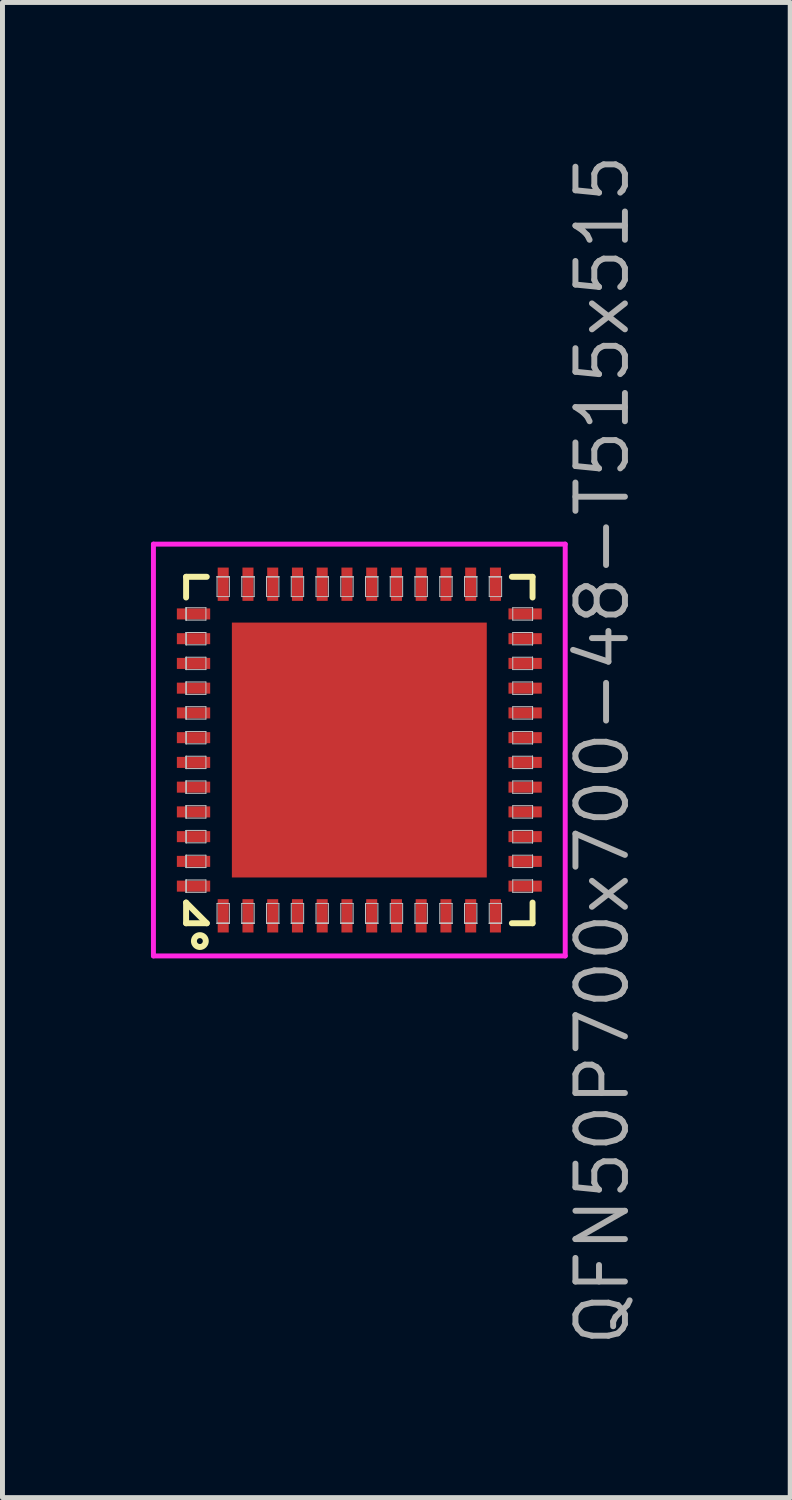
<source format=kicad_pcb>
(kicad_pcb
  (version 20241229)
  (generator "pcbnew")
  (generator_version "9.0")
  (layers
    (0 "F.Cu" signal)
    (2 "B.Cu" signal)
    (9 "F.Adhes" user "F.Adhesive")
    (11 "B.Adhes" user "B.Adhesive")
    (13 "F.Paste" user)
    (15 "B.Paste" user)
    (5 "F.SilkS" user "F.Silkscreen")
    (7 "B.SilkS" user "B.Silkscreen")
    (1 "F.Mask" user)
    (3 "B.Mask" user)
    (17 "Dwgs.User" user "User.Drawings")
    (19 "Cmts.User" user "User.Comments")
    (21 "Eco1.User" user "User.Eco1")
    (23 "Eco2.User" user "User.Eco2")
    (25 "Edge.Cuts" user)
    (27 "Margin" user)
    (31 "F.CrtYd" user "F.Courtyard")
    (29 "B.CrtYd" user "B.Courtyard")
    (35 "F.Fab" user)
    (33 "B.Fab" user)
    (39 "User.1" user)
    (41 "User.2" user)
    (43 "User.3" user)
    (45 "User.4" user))
  (footprint "QFN50P700x700-48-T515x515"
    (layer "F.Cu")
    (at 4.21 12.104)
    (property "Reference" "QFN50P700x700-48-T515x515" (at 4.91 0 90) (layer "F.Fab") (effects (font (size 1 1) (thickness 0.12))))
    (attr through_hole)
    (fp_line (start -3.5 -3.5) (end -3.5 -3.082) (stroke (width 0.12) (type solid)) (layer "F.SilkS"))
    (fp_line (start -3.5 -3.5) (end -3.082 -3.5) (stroke (width 0.12) (type solid)) (layer "F.SilkS"))
    (fp_line (start -3.5 3.082) (end -3.082 3.5) (stroke (width 0.12) (type solid)) (layer "F.SilkS"))
    (fp_line (start -3.5 3.5) (end -3.5 3.082) (stroke (width 0.12) (type solid)) (layer "F.SilkS"))
    (fp_line (start -3.5 3.5) (end -3.082 3.5) (stroke (width 0.12) (type solid)) (layer "F.SilkS"))
    (fp_line (start 3.5 -3.5) (end 3.082 -3.5) (stroke (width 0.12) (type solid)) (layer "F.SilkS"))
    (fp_line (start 3.5 -3.5) (end 3.5 -3.082) (stroke (width 0.12) (type solid)) (layer "F.SilkS"))
    (fp_line (start 3.5 3.5) (end 3.082 3.5) (stroke (width 0.12) (type solid)) (layer "F.SilkS"))
    (fp_line (start 3.5 3.5) (end 3.5 3.082) (stroke (width 0.12) (type solid)) (layer "F.SilkS"))
    (fp_circle (center -3.222 3.86) (end -3.102 3.86) (stroke (width 0.12) (type solid)) (fill no) (layer "F.SilkS"))
    (fp_line (start -3.5 -2.875) (end -3.5 -2.875) (stroke (width 0.02) (type solid)) (layer "Dwgs.User"))
    (fp_line (start -3.5 -2.875) (end -3.5 -2.625) (stroke (width 0.02) (type solid)) (layer "Dwgs.User"))
    (fp_line (start -3.5 -2.875) (end -3.1 -2.875) (stroke (width 0.02) (type solid)) (layer "Dwgs.User"))
    (fp_line (start -3.5 -2.625) (end -3.5 -2.875) (stroke (width 0.02) (type solid)) (layer "Dwgs.User"))
    (fp_line (start -3.5 -2.625) (end -3.5 -2.875) (stroke (width 0.02) (type solid)) (layer "Dwgs.User"))
    (fp_line (start -3.5 -2.625) (end -3.5 -2.625) (stroke (width 0.02) (type solid)) (layer "Dwgs.User"))
    (fp_line (start -3.5 -2.375) (end -3.5 -2.375) (stroke (width 0.02) (type solid)) (layer "Dwgs.User"))
    (fp_line (start -3.5 -2.375) (end -3.5 -2.125) (stroke (width 0.02) (type solid)) (layer "Dwgs.User"))
    (fp_line (start -3.5 -2.375) (end -3.1 -2.375) (stroke (width 0.02) (type solid)) (layer "Dwgs.User"))
    (fp_line (start -3.5 -2.125) (end -3.5 -2.375) (stroke (width 0.02) (type solid)) (layer "Dwgs.User"))
    (fp_line (start -3.5 -2.125) (end -3.5 -2.375) (stroke (width 0.02) (type solid)) (layer "Dwgs.User"))
    (fp_line (start -3.5 -2.125) (end -3.5 -2.125) (stroke (width 0.02) (type solid)) (layer "Dwgs.User"))
    (fp_line (start -3.5 -1.875) (end -3.5 -1.875) (stroke (width 0.02) (type solid)) (layer "Dwgs.User"))
    (fp_line (start -3.5 -1.875) (end -3.5 -1.625) (stroke (width 0.02) (type solid)) (layer "Dwgs.User"))
    (fp_line (start -3.5 -1.875) (end -3.1 -1.875) (stroke (width 0.02) (type solid)) (layer "Dwgs.User"))
    (fp_line (start -3.5 -1.625) (end -3.5 -1.875) (stroke (width 0.02) (type solid)) (layer "Dwgs.User"))
    (fp_line (start -3.5 -1.625) (end -3.5 -1.875) (stroke (width 0.02) (type solid)) (layer "Dwgs.User"))
    (fp_line (start -3.5 -1.625) (end -3.5 -1.625) (stroke (width 0.02) (type solid)) (layer "Dwgs.User"))
    (fp_line (start -3.5 -1.375) (end -3.5 -1.375) (stroke (width 0.02) (type solid)) (layer "Dwgs.User"))
    (fp_line (start -3.5 -1.375) (end -3.5 -1.125) (stroke (width 0.02) (type solid)) (layer "Dwgs.User"))
    (fp_line (start -3.5 -1.375) (end -3.1 -1.375) (stroke (width 0.02) (type solid)) (layer "Dwgs.User"))
    (fp_line (start -3.5 -1.125) (end -3.5 -1.375) (stroke (width 0.02) (type solid)) (layer "Dwgs.User"))
    (fp_line (start -3.5 -1.125) (end -3.5 -1.375) (stroke (width 0.02) (type solid)) (layer "Dwgs.User"))
    (fp_line (start -3.5 -1.125) (end -3.5 -1.125) (stroke (width 0.02) (type solid)) (layer "Dwgs.User"))
    (fp_line (start -3.5 -0.875) (end -3.5 -0.875) (stroke (width 0.02) (type solid)) (layer "Dwgs.User"))
    (fp_line (start -3.5 -0.875) (end -3.5 -0.625) (stroke (width 0.02) (type solid)) (layer "Dwgs.User"))
    (fp_line (start -3.5 -0.875) (end -3.1 -0.875) (stroke (width 0.02) (type solid)) (layer "Dwgs.User"))
    (fp_line (start -3.5 -0.625) (end -3.5 -0.875) (stroke (width 0.02) (type solid)) (layer "Dwgs.User"))
    (fp_line (start -3.5 -0.625) (end -3.5 -0.875) (stroke (width 0.02) (type solid)) (layer "Dwgs.User"))
    (fp_line (start -3.5 -0.625) (end -3.5 -0.625) (stroke (width 0.02) (type solid)) (layer "Dwgs.User"))
    (fp_line (start -3.5 -0.375) (end -3.5 -0.375) (stroke (width 0.02) (type solid)) (layer "Dwgs.User"))
    (fp_line (start -3.5 -0.375) (end -3.5 -0.125) (stroke (width 0.02) (type solid)) (layer "Dwgs.User"))
    (fp_line (start -3.5 -0.375) (end -3.1 -0.375) (stroke (width 0.02) (type solid)) (layer "Dwgs.User"))
    (fp_line (start -3.5 -0.125) (end -3.5 -0.375) (stroke (width 0.02) (type solid)) (layer "Dwgs.User"))
    (fp_line (start -3.5 -0.125) (end -3.5 -0.375) (stroke (width 0.02) (type solid)) (layer "Dwgs.User"))
    (fp_line (start -3.5 -0.125) (end -3.5 -0.125) (stroke (width 0.02) (type solid)) (layer "Dwgs.User"))
    (fp_line (start -3.5 0.125) (end -3.5 0.125) (stroke (width 0.02) (type solid)) (layer "Dwgs.User"))
    (fp_line (start -3.5 0.125) (end -3.5 0.375) (stroke (width 0.02) (type solid)) (layer "Dwgs.User"))
    (fp_line (start -3.5 0.125) (end -3.1 0.125) (stroke (width 0.02) (type solid)) (layer "Dwgs.User"))
    (fp_line (start -3.5 0.375) (end -3.5 0.125) (stroke (width 0.02) (type solid)) (layer "Dwgs.User"))
    (fp_line (start -3.5 0.375) (end -3.5 0.125) (stroke (width 0.02) (type solid)) (layer "Dwgs.User"))
    (fp_line (start -3.5 0.375) (end -3.5 0.375) (stroke (width 0.02) (type solid)) (layer "Dwgs.User"))
    (fp_line (start -3.5 0.625) (end -3.5 0.625) (stroke (width 0.02) (type solid)) (layer "Dwgs.User"))
    (fp_line (start -3.5 0.625) (end -3.5 0.875) (stroke (width 0.02) (type solid)) (layer "Dwgs.User"))
    (fp_line (start -3.5 0.625) (end -3.1 0.625) (stroke (width 0.02) (type solid)) (layer "Dwgs.User"))
    (fp_line (start -3.5 0.875) (end -3.5 0.625) (stroke (width 0.02) (type solid)) (layer "Dwgs.User"))
    (fp_line (start -3.5 0.875) (end -3.5 0.625) (stroke (width 0.02) (type solid)) (layer "Dwgs.User"))
    (fp_line (start -3.5 0.875) (end -3.5 0.875) (stroke (width 0.02) (type solid)) (layer "Dwgs.User"))
    (fp_line (start -3.5 1.125) (end -3.5 1.125) (stroke (width 0.02) (type solid)) (layer "Dwgs.User"))
    (fp_line (start -3.5 1.125) (end -3.5 1.375) (stroke (width 0.02) (type solid)) (layer "Dwgs.User"))
    (fp_line (start -3.5 1.125) (end -3.1 1.125) (stroke (width 0.02) (type solid)) (layer "Dwgs.User"))
    (fp_line (start -3.5 1.375) (end -3.5 1.125) (stroke (width 0.02) (type solid)) (layer "Dwgs.User"))
    (fp_line (start -3.5 1.375) (end -3.5 1.125) (stroke (width 0.02) (type solid)) (layer "Dwgs.User"))
    (fp_line (start -3.5 1.375) (end -3.5 1.375) (stroke (width 0.02) (type solid)) (layer "Dwgs.User"))
    (fp_line (start -3.5 1.625) (end -3.5 1.625) (stroke (width 0.02) (type solid)) (layer "Dwgs.User"))
    (fp_line (start -3.5 1.625) (end -3.5 1.875) (stroke (width 0.02) (type solid)) (layer "Dwgs.User"))
    (fp_line (start -3.5 1.625) (end -3.1 1.625) (stroke (width 0.02) (type solid)) (layer "Dwgs.User"))
    (fp_line (start -3.5 1.875) (end -3.5 1.625) (stroke (width 0.02) (type solid)) (layer "Dwgs.User"))
    (fp_line (start -3.5 1.875) (end -3.5 1.625) (stroke (width 0.02) (type solid)) (layer "Dwgs.User"))
    (fp_line (start -3.5 1.875) (end -3.5 1.875) (stroke (width 0.02) (type solid)) (layer "Dwgs.User"))
    (fp_line (start -3.5 2.125) (end -3.5 2.125) (stroke (width 0.02) (type solid)) (layer "Dwgs.User"))
    (fp_line (start -3.5 2.125) (end -3.5 2.375) (stroke (width 0.02) (type solid)) (layer "Dwgs.User"))
    (fp_line (start -3.5 2.125) (end -3.1 2.125) (stroke (width 0.02) (type solid)) (layer "Dwgs.User"))
    (fp_line (start -3.5 2.375) (end -3.5 2.125) (stroke (width 0.02) (type solid)) (layer "Dwgs.User"))
    (fp_line (start -3.5 2.375) (end -3.5 2.125) (stroke (width 0.02) (type solid)) (layer "Dwgs.User"))
    (fp_line (start -3.5 2.375) (end -3.5 2.375) (stroke (width 0.02) (type solid)) (layer "Dwgs.User"))
    (fp_line (start -3.5 2.625) (end -3.5 2.625) (stroke (width 0.02) (type solid)) (layer "Dwgs.User"))
    (fp_line (start -3.5 2.625) (end -3.5 2.875) (stroke (width 0.02) (type solid)) (layer "Dwgs.User"))
    (fp_line (start -3.5 2.625) (end -3.1 2.625) (stroke (width 0.02) (type solid)) (layer "Dwgs.User"))
    (fp_line (start -3.5 2.875) (end -3.5 2.625) (stroke (width 0.02) (type solid)) (layer "Dwgs.User"))
    (fp_line (start -3.5 2.875) (end -3.5 2.625) (stroke (width 0.02) (type solid)) (layer "Dwgs.User"))
    (fp_line (start -3.5 2.875) (end -3.5 2.875) (stroke (width 0.02) (type solid)) (layer "Dwgs.User"))
    (fp_line (start -3.1 -2.875) (end -3.1 -2.625) (stroke (width 0.02) (type solid)) (layer "Dwgs.User"))
    (fp_line (start -3.1 -2.625) (end -3.5 -2.625) (stroke (width 0.02) (type solid)) (layer "Dwgs.User"))
    (fp_line (start -3.1 -2.375) (end -3.1 -2.125) (stroke (width 0.02) (type solid)) (layer "Dwgs.User"))
    (fp_line (start -3.1 -2.125) (end -3.5 -2.125) (stroke (width 0.02) (type solid)) (layer "Dwgs.User"))
    (fp_line (start -3.1 -1.875) (end -3.1 -1.625) (stroke (width 0.02) (type solid)) (layer "Dwgs.User"))
    (fp_line (start -3.1 -1.625) (end -3.5 -1.625) (stroke (width 0.02) (type solid)) (layer "Dwgs.User"))
    (fp_line (start -3.1 -1.375) (end -3.1 -1.125) (stroke (width 0.02) (type solid)) (layer "Dwgs.User"))
    (fp_line (start -3.1 -1.125) (end -3.5 -1.125) (stroke (width 0.02) (type solid)) (layer "Dwgs.User"))
    (fp_line (start -3.1 -0.875) (end -3.1 -0.625) (stroke (width 0.02) (type solid)) (layer "Dwgs.User"))
    (fp_line (start -3.1 -0.625) (end -3.5 -0.625) (stroke (width 0.02) (type solid)) (layer "Dwgs.User"))
    (fp_line (start -3.1 -0.375) (end -3.1 -0.125) (stroke (width 0.02) (type solid)) (layer "Dwgs.User"))
    (fp_line (start -3.1 -0.125) (end -3.5 -0.125) (stroke (width 0.02) (type solid)) (layer "Dwgs.User"))
    (fp_line (start -3.1 0.125) (end -3.1 0.375) (stroke (width 0.02) (type solid)) (layer "Dwgs.User"))
    (fp_line (start -3.1 0.375) (end -3.5 0.375) (stroke (width 0.02) (type solid)) (layer "Dwgs.User"))
    (fp_line (start -3.1 0.625) (end -3.1 0.875) (stroke (width 0.02) (type solid)) (layer "Dwgs.User"))
    (fp_line (start -3.1 0.875) (end -3.5 0.875) (stroke (width 0.02) (type solid)) (layer "Dwgs.User"))
    (fp_line (start -3.1 1.125) (end -3.1 1.375) (stroke (width 0.02) (type solid)) (layer "Dwgs.User"))
    (fp_line (start -3.1 1.375) (end -3.5 1.375) (stroke (width 0.02) (type solid)) (layer "Dwgs.User"))
    (fp_line (start -3.1 1.625) (end -3.1 1.875) (stroke (width 0.02) (type solid)) (layer "Dwgs.User"))
    (fp_line (start -3.1 1.875) (end -3.5 1.875) (stroke (width 0.02) (type solid)) (layer "Dwgs.User"))
    (fp_line (start -3.1 2.125) (end -3.1 2.375) (stroke (width 0.02) (type solid)) (layer "Dwgs.User"))
    (fp_line (start -3.1 2.375) (end -3.5 2.375) (stroke (width 0.02) (type solid)) (layer "Dwgs.User"))
    (fp_line (start -3.1 2.625) (end -3.1 2.875) (stroke (width 0.02) (type solid)) (layer "Dwgs.User"))
    (fp_line (start -3.1 2.875) (end -3.5 2.875) (stroke (width 0.02) (type solid)) (layer "Dwgs.User"))
    (fp_line (start -2.875 -3.5) (end -2.875 -3.5) (stroke (width 0.02) (type solid)) (layer "Dwgs.User"))
    (fp_line (start -2.875 -3.5) (end -2.625 -3.5) (stroke (width 0.02) (type solid)) (layer "Dwgs.User"))
    (fp_line (start -2.875 -3.5) (end -2.625 -3.5) (stroke (width 0.02) (type solid)) (layer "Dwgs.User"))
    (fp_line (start -2.875 -3.1) (end -2.875 -3.5) (stroke (width 0.02) (type solid)) (layer "Dwgs.User"))
    (fp_line (start -2.875 3.1) (end -2.875 3.5) (stroke (width 0.02) (type solid)) (layer "Dwgs.User"))
    (fp_line (start -2.875 3.5) (end -2.875 3.5) (stroke (width 0.02) (type solid)) (layer "Dwgs.User"))
    (fp_line (start -2.875 3.5) (end -2.625 3.5) (stroke (width 0.02) (type solid)) (layer "Dwgs.User"))
    (fp_line (start -2.875 3.5) (end -2.625 3.5) (stroke (width 0.02) (type solid)) (layer "Dwgs.User"))
    (fp_line (start -2.625 -3.5) (end -2.875 -3.5) (stroke (width 0.02) (type solid)) (layer "Dwgs.User"))
    (fp_line (start -2.625 -3.5) (end -2.625 -3.5) (stroke (width 0.02) (type solid)) (layer "Dwgs.User"))
    (fp_line (start -2.625 -3.5) (end -2.625 -3.1) (stroke (width 0.02) (type solid)) (layer "Dwgs.User"))
    (fp_line (start -2.625 -3.1) (end -2.875 -3.1) (stroke (width 0.02) (type solid)) (layer "Dwgs.User"))
    (fp_line (start -2.625 3.1) (end -2.875 3.1) (stroke (width 0.02) (type solid)) (layer "Dwgs.User"))
    (fp_line (start -2.625 3.5) (end -2.875 3.5) (stroke (width 0.02) (type solid)) (layer "Dwgs.User"))
    (fp_line (start -2.625 3.5) (end -2.625 3.1) (stroke (width 0.02) (type solid)) (layer "Dwgs.User"))
    (fp_line (start -2.625 3.5) (end -2.625 3.5) (stroke (width 0.02) (type solid)) (layer "Dwgs.User"))
    (fp_line (start -2.375 -3.5) (end -2.375 -3.5) (stroke (width 0.02) (type solid)) (layer "Dwgs.User"))
    (fp_line (start -2.375 -3.5) (end -2.125 -3.5) (stroke (width 0.02) (type solid)) (layer "Dwgs.User"))
    (fp_line (start -2.375 -3.5) (end -2.125 -3.5) (stroke (width 0.02) (type solid)) (layer "Dwgs.User"))
    (fp_line (start -2.375 -3.1) (end -2.375 -3.5) (stroke (width 0.02) (type solid)) (layer "Dwgs.User"))
    (fp_line (start -2.375 3.1) (end -2.375 3.5) (stroke (width 0.02) (type solid)) (layer "Dwgs.User"))
    (fp_line (start -2.375 3.5) (end -2.375 3.5) (stroke (width 0.02) (type solid)) (layer "Dwgs.User"))
    (fp_line (start -2.375 3.5) (end -2.125 3.5) (stroke (width 0.02) (type solid)) (layer "Dwgs.User"))
    (fp_line (start -2.375 3.5) (end -2.125 3.5) (stroke (width 0.02) (type solid)) (layer "Dwgs.User"))
    (fp_line (start -2.125 -3.5) (end -2.375 -3.5) (stroke (width 0.02) (type solid)) (layer "Dwgs.User"))
    (fp_line (start -2.125 -3.5) (end -2.125 -3.5) (stroke (width 0.02) (type solid)) (layer "Dwgs.User"))
    (fp_line (start -2.125 -3.5) (end -2.125 -3.1) (stroke (width 0.02) (type solid)) (layer "Dwgs.User"))
    (fp_line (start -2.125 -3.1) (end -2.375 -3.1) (stroke (width 0.02) (type solid)) (layer "Dwgs.User"))
    (fp_line (start -2.125 3.1) (end -2.375 3.1) (stroke (width 0.02) (type solid)) (layer "Dwgs.User"))
    (fp_line (start -2.125 3.5) (end -2.375 3.5) (stroke (width 0.02) (type solid)) (layer "Dwgs.User"))
    (fp_line (start -2.125 3.5) (end -2.125 3.1) (stroke (width 0.02) (type solid)) (layer "Dwgs.User"))
    (fp_line (start -2.125 3.5) (end -2.125 3.5) (stroke (width 0.02) (type solid)) (layer "Dwgs.User"))
    (fp_line (start -1.875 -3.5) (end -1.875 -3.5) (stroke (width 0.02) (type solid)) (layer "Dwgs.User"))
    (fp_line (start -1.875 -3.5) (end -1.625 -3.5) (stroke (width 0.02) (type solid)) (layer "Dwgs.User"))
    (fp_line (start -1.875 -3.5) (end -1.625 -3.5) (stroke (width 0.02) (type solid)) (layer "Dwgs.User"))
    (fp_line (start -1.875 -3.1) (end -1.875 -3.5) (stroke (width 0.02) (type solid)) (layer "Dwgs.User"))
    (fp_line (start -1.875 3.1) (end -1.875 3.5) (stroke (width 0.02) (type solid)) (layer "Dwgs.User"))
    (fp_line (start -1.875 3.5) (end -1.875 3.5) (stroke (width 0.02) (type solid)) (layer "Dwgs.User"))
    (fp_line (start -1.875 3.5) (end -1.625 3.5) (stroke (width 0.02) (type solid)) (layer "Dwgs.User"))
    (fp_line (start -1.875 3.5) (end -1.625 3.5) (stroke (width 0.02) (type solid)) (layer "Dwgs.User"))
    (fp_line (start -1.625 -3.5) (end -1.875 -3.5) (stroke (width 0.02) (type solid)) (layer "Dwgs.User"))
    (fp_line (start -1.625 -3.5) (end -1.625 -3.5) (stroke (width 0.02) (type solid)) (layer "Dwgs.User"))
    (fp_line (start -1.625 -3.5) (end -1.625 -3.1) (stroke (width 0.02) (type solid)) (layer "Dwgs.User"))
    (fp_line (start -1.625 -3.1) (end -1.875 -3.1) (stroke (width 0.02) (type solid)) (layer "Dwgs.User"))
    (fp_line (start -1.625 3.1) (end -1.875 3.1) (stroke (width 0.02) (type solid)) (layer "Dwgs.User"))
    (fp_line (start -1.625 3.5) (end -1.875 3.5) (stroke (width 0.02) (type solid)) (layer "Dwgs.User"))
    (fp_line (start -1.625 3.5) (end -1.625 3.1) (stroke (width 0.02) (type solid)) (layer "Dwgs.User"))
    (fp_line (start -1.625 3.5) (end -1.625 3.5) (stroke (width 0.02) (type solid)) (layer "Dwgs.User"))
    (fp_line (start -1.375 -3.5) (end -1.375 -3.5) (stroke (width 0.02) (type solid)) (layer "Dwgs.User"))
    (fp_line (start -1.375 -3.5) (end -1.125 -3.5) (stroke (width 0.02) (type solid)) (layer "Dwgs.User"))
    (fp_line (start -1.375 -3.5) (end -1.125 -3.5) (stroke (width 0.02) (type solid)) (layer "Dwgs.User"))
    (fp_line (start -1.375 -3.1) (end -1.375 -3.5) (stroke (width 0.02) (type solid)) (layer "Dwgs.User"))
    (fp_line (start -1.375 3.1) (end -1.375 3.5) (stroke (width 0.02) (type solid)) (layer "Dwgs.User"))
    (fp_line (start -1.375 3.5) (end -1.375 3.5) (stroke (width 0.02) (type solid)) (layer "Dwgs.User"))
    (fp_line (start -1.375 3.5) (end -1.125 3.5) (stroke (width 0.02) (type solid)) (layer "Dwgs.User"))
    (fp_line (start -1.375 3.5) (end -1.125 3.5) (stroke (width 0.02) (type solid)) (layer "Dwgs.User"))
    (fp_line (start -1.125 -3.5) (end -1.375 -3.5) (stroke (width 0.02) (type solid)) (layer "Dwgs.User"))
    (fp_line (start -1.125 -3.5) (end -1.125 -3.5) (stroke (width 0.02) (type solid)) (layer "Dwgs.User"))
    (fp_line (start -1.125 -3.5) (end -1.125 -3.1) (stroke (width 0.02) (type solid)) (layer "Dwgs.User"))
    (fp_line (start -1.125 -3.1) (end -1.375 -3.1) (stroke (width 0.02) (type solid)) (layer "Dwgs.User"))
    (fp_line (start -1.125 3.1) (end -1.375 3.1) (stroke (width 0.02) (type solid)) (layer "Dwgs.User"))
    (fp_line (start -1.125 3.5) (end -1.375 3.5) (stroke (width 0.02) (type solid)) (layer "Dwgs.User"))
    (fp_line (start -1.125 3.5) (end -1.125 3.1) (stroke (width 0.02) (type solid)) (layer "Dwgs.User"))
    (fp_line (start -1.125 3.5) (end -1.125 3.5) (stroke (width 0.02) (type solid)) (layer "Dwgs.User"))
    (fp_line (start -0.875 -3.5) (end -0.875 -3.5) (stroke (width 0.02) (type solid)) (layer "Dwgs.User"))
    (fp_line (start -0.875 -3.5) (end -0.625 -3.5) (stroke (width 0.02) (type solid)) (layer "Dwgs.User"))
    (fp_line (start -0.875 -3.5) (end -0.625 -3.5) (stroke (width 0.02) (type solid)) (layer "Dwgs.User"))
    (fp_line (start -0.875 -3.1) (end -0.875 -3.5) (stroke (width 0.02) (type solid)) (layer "Dwgs.User"))
    (fp_line (start -0.875 3.1) (end -0.875 3.5) (stroke (width 0.02) (type solid)) (layer "Dwgs.User"))
    (fp_line (start -0.875 3.5) (end -0.875 3.5) (stroke (width 0.02) (type solid)) (layer "Dwgs.User"))
    (fp_line (start -0.875 3.5) (end -0.625 3.5) (stroke (width 0.02) (type solid)) (layer "Dwgs.User"))
    (fp_line (start -0.875 3.5) (end -0.625 3.5) (stroke (width 0.02) (type solid)) (layer "Dwgs.User"))
    (fp_line (start -0.625 -3.5) (end -0.875 -3.5) (stroke (width 0.02) (type solid)) (layer "Dwgs.User"))
    (fp_line (start -0.625 -3.5) (end -0.625 -3.5) (stroke (width 0.02) (type solid)) (layer "Dwgs.User"))
    (fp_line (start -0.625 -3.5) (end -0.625 -3.1) (stroke (width 0.02) (type solid)) (layer "Dwgs.User"))
    (fp_line (start -0.625 -3.1) (end -0.875 -3.1) (stroke (width 0.02) (type solid)) (layer "Dwgs.User"))
    (fp_line (start -0.625 3.1) (end -0.875 3.1) (stroke (width 0.02) (type solid)) (layer "Dwgs.User"))
    (fp_line (start -0.625 3.5) (end -0.875 3.5) (stroke (width 0.02) (type solid)) (layer "Dwgs.User"))
    (fp_line (start -0.625 3.5) (end -0.625 3.1) (stroke (width 0.02) (type solid)) (layer "Dwgs.User"))
    (fp_line (start -0.625 3.5) (end -0.625 3.5) (stroke (width 0.02) (type solid)) (layer "Dwgs.User"))
    (fp_line (start -0.375 -3.5) (end -0.375 -3.5) (stroke (width 0.02) (type solid)) (layer "Dwgs.User"))
    (fp_line (start -0.375 -3.5) (end -0.125 -3.5) (stroke (width 0.02) (type solid)) (layer "Dwgs.User"))
    (fp_line (start -0.375 -3.5) (end -0.125 -3.5) (stroke (width 0.02) (type solid)) (layer "Dwgs.User"))
    (fp_line (start -0.375 -3.1) (end -0.375 -3.5) (stroke (width 0.02) (type solid)) (layer "Dwgs.User"))
    (fp_line (start -0.375 3.1) (end -0.375 3.5) (stroke (width 0.02) (type solid)) (layer "Dwgs.User"))
    (fp_line (start -0.375 3.5) (end -0.375 3.5) (stroke (width 0.02) (type solid)) (layer "Dwgs.User"))
    (fp_line (start -0.375 3.5) (end -0.125 3.5) (stroke (width 0.02) (type solid)) (layer "Dwgs.User"))
    (fp_line (start -0.375 3.5) (end -0.125 3.5) (stroke (width 0.02) (type solid)) (layer "Dwgs.User"))
    (fp_line (start -0.125 -3.5) (end -0.375 -3.5) (stroke (width 0.02) (type solid)) (layer "Dwgs.User"))
    (fp_line (start -0.125 -3.5) (end -0.125 -3.5) (stroke (width 0.02) (type solid)) (layer "Dwgs.User"))
    (fp_line (start -0.125 -3.5) (end -0.125 -3.1) (stroke (width 0.02) (type solid)) (layer "Dwgs.User"))
    (fp_line (start -0.125 -3.1) (end -0.375 -3.1) (stroke (width 0.02) (type solid)) (layer "Dwgs.User"))
    (fp_line (start -0.125 3.1) (end -0.375 3.1) (stroke (width 0.02) (type solid)) (layer "Dwgs.User"))
    (fp_line (start -0.125 3.5) (end -0.375 3.5) (stroke (width 0.02) (type solid)) (layer "Dwgs.User"))
    (fp_line (start -0.125 3.5) (end -0.125 3.1) (stroke (width 0.02) (type solid)) (layer "Dwgs.User"))
    (fp_line (start -0.125 3.5) (end -0.125 3.5) (stroke (width 0.02) (type solid)) (layer "Dwgs.User"))
    (fp_line (start 0.125 -3.5) (end 0.125 -3.5) (stroke (width 0.02) (type solid)) (layer "Dwgs.User"))
    (fp_line (start 0.125 -3.5) (end 0.375 -3.5) (stroke (width 0.02) (type solid)) (layer "Dwgs.User"))
    (fp_line (start 0.125 -3.5) (end 0.375 -3.5) (stroke (width 0.02) (type solid)) (layer "Dwgs.User"))
    (fp_line (start 0.125 -3.1) (end 0.125 -3.5) (stroke (width 0.02) (type solid)) (layer "Dwgs.User"))
    (fp_line (start 0.125 3.1) (end 0.125 3.5) (stroke (width 0.02) (type solid)) (layer "Dwgs.User"))
    (fp_line (start 0.125 3.5) (end 0.125 3.5) (stroke (width 0.02) (type solid)) (layer "Dwgs.User"))
    (fp_line (start 0.125 3.5) (end 0.375 3.5) (stroke (width 0.02) (type solid)) (layer "Dwgs.User"))
    (fp_line (start 0.125 3.5) (end 0.375 3.5) (stroke (width 0.02) (type solid)) (layer "Dwgs.User"))
    (fp_line (start 0.375 -3.5) (end 0.125 -3.5) (stroke (width 0.02) (type solid)) (layer "Dwgs.User"))
    (fp_line (start 0.375 -3.5) (end 0.375 -3.5) (stroke (width 0.02) (type solid)) (layer "Dwgs.User"))
    (fp_line (start 0.375 -3.5) (end 0.375 -3.1) (stroke (width 0.02) (type solid)) (layer "Dwgs.User"))
    (fp_line (start 0.375 -3.1) (end 0.125 -3.1) (stroke (width 0.02) (type solid)) (layer "Dwgs.User"))
    (fp_line (start 0.375 3.1) (end 0.125 3.1) (stroke (width 0.02) (type solid)) (layer "Dwgs.User"))
    (fp_line (start 0.375 3.5) (end 0.125 3.5) (stroke (width 0.02) (type solid)) (layer "Dwgs.User"))
    (fp_line (start 0.375 3.5) (end 0.375 3.1) (stroke (width 0.02) (type solid)) (layer "Dwgs.User"))
    (fp_line (start 0.375 3.5) (end 0.375 3.5) (stroke (width 0.02) (type solid)) (layer "Dwgs.User"))
    (fp_line (start 0.625 -3.5) (end 0.625 -3.5) (stroke (width 0.02) (type solid)) (layer "Dwgs.User"))
    (fp_line (start 0.625 -3.5) (end 0.875 -3.5) (stroke (width 0.02) (type solid)) (layer "Dwgs.User"))
    (fp_line (start 0.625 -3.5) (end 0.875 -3.5) (stroke (width 0.02) (type solid)) (layer "Dwgs.User"))
    (fp_line (start 0.625 -3.1) (end 0.625 -3.5) (stroke (width 0.02) (type solid)) (layer "Dwgs.User"))
    (fp_line (start 0.625 3.1) (end 0.625 3.5) (stroke (width 0.02) (type solid)) (layer "Dwgs.User"))
    (fp_line (start 0.625 3.5) (end 0.625 3.5) (stroke (width 0.02) (type solid)) (layer "Dwgs.User"))
    (fp_line (start 0.625 3.5) (end 0.875 3.5) (stroke (width 0.02) (type solid)) (layer "Dwgs.User"))
    (fp_line (start 0.625 3.5) (end 0.875 3.5) (stroke (width 0.02) (type solid)) (layer "Dwgs.User"))
    (fp_line (start 0.875 -3.5) (end 0.625 -3.5) (stroke (width 0.02) (type solid)) (layer "Dwgs.User"))
    (fp_line (start 0.875 -3.5) (end 0.875 -3.5) (stroke (width 0.02) (type solid)) (layer "Dwgs.User"))
    (fp_line (start 0.875 -3.5) (end 0.875 -3.1) (stroke (width 0.02) (type solid)) (layer "Dwgs.User"))
    (fp_line (start 0.875 -3.1) (end 0.625 -3.1) (stroke (width 0.02) (type solid)) (layer "Dwgs.User"))
    (fp_line (start 0.875 3.1) (end 0.625 3.1) (stroke (width 0.02) (type solid)) (layer "Dwgs.User"))
    (fp_line (start 0.875 3.5) (end 0.625 3.5) (stroke (width 0.02) (type solid)) (layer "Dwgs.User"))
    (fp_line (start 0.875 3.5) (end 0.875 3.1) (stroke (width 0.02) (type solid)) (layer "Dwgs.User"))
    (fp_line (start 0.875 3.5) (end 0.875 3.5) (stroke (width 0.02) (type solid)) (layer "Dwgs.User"))
    (fp_line (start 1.125 -3.5) (end 1.125 -3.5) (stroke (width 0.02) (type solid)) (layer "Dwgs.User"))
    (fp_line (start 1.125 -3.5) (end 1.375 -3.5) (stroke (width 0.02) (type solid)) (layer "Dwgs.User"))
    (fp_line (start 1.125 -3.5) (end 1.375 -3.5) (stroke (width 0.02) (type solid)) (layer "Dwgs.User"))
    (fp_line (start 1.125 -3.1) (end 1.125 -3.5) (stroke (width 0.02) (type solid)) (layer "Dwgs.User"))
    (fp_line (start 1.125 3.1) (end 1.125 3.5) (stroke (width 0.02) (type solid)) (layer "Dwgs.User"))
    (fp_line (start 1.125 3.5) (end 1.125 3.5) (stroke (width 0.02) (type solid)) (layer "Dwgs.User"))
    (fp_line (start 1.125 3.5) (end 1.375 3.5) (stroke (width 0.02) (type solid)) (layer "Dwgs.User"))
    (fp_line (start 1.125 3.5) (end 1.375 3.5) (stroke (width 0.02) (type solid)) (layer "Dwgs.User"))
    (fp_line (start 1.375 -3.5) (end 1.125 -3.5) (stroke (width 0.02) (type solid)) (layer "Dwgs.User"))
    (fp_line (start 1.375 -3.5) (end 1.375 -3.5) (stroke (width 0.02) (type solid)) (layer "Dwgs.User"))
    (fp_line (start 1.375 -3.5) (end 1.375 -3.1) (stroke (width 0.02) (type solid)) (layer "Dwgs.User"))
    (fp_line (start 1.375 -3.1) (end 1.125 -3.1) (stroke (width 0.02) (type solid)) (layer "Dwgs.User"))
    (fp_line (start 1.375 3.1) (end 1.125 3.1) (stroke (width 0.02) (type solid)) (layer "Dwgs.User"))
    (fp_line (start 1.375 3.5) (end 1.125 3.5) (stroke (width 0.02) (type solid)) (layer "Dwgs.User"))
    (fp_line (start 1.375 3.5) (end 1.375 3.1) (stroke (width 0.02) (type solid)) (layer "Dwgs.User"))
    (fp_line (start 1.375 3.5) (end 1.375 3.5) (stroke (width 0.02) (type solid)) (layer "Dwgs.User"))
    (fp_line (start 1.625 -3.5) (end 1.625 -3.5) (stroke (width 0.02) (type solid)) (layer "Dwgs.User"))
    (fp_line (start 1.625 -3.5) (end 1.875 -3.5) (stroke (width 0.02) (type solid)) (layer "Dwgs.User"))
    (fp_line (start 1.625 -3.5) (end 1.875 -3.5) (stroke (width 0.02) (type solid)) (layer "Dwgs.User"))
    (fp_line (start 1.625 -3.1) (end 1.625 -3.5) (stroke (width 0.02) (type solid)) (layer "Dwgs.User"))
    (fp_line (start 1.625 3.1) (end 1.625 3.5) (stroke (width 0.02) (type solid)) (layer "Dwgs.User"))
    (fp_line (start 1.625 3.5) (end 1.625 3.5) (stroke (width 0.02) (type solid)) (layer "Dwgs.User"))
    (fp_line (start 1.625 3.5) (end 1.875 3.5) (stroke (width 0.02) (type solid)) (layer "Dwgs.User"))
    (fp_line (start 1.625 3.5) (end 1.875 3.5) (stroke (width 0.02) (type solid)) (layer "Dwgs.User"))
    (fp_line (start 1.875 -3.5) (end 1.625 -3.5) (stroke (width 0.02) (type solid)) (layer "Dwgs.User"))
    (fp_line (start 1.875 -3.5) (end 1.875 -3.5) (stroke (width 0.02) (type solid)) (layer "Dwgs.User"))
    (fp_line (start 1.875 -3.5) (end 1.875 -3.1) (stroke (width 0.02) (type solid)) (layer "Dwgs.User"))
    (fp_line (start 1.875 -3.1) (end 1.625 -3.1) (stroke (width 0.02) (type solid)) (layer "Dwgs.User"))
    (fp_line (start 1.875 3.1) (end 1.625 3.1) (stroke (width 0.02) (type solid)) (layer "Dwgs.User"))
    (fp_line (start 1.875 3.5) (end 1.625 3.5) (stroke (width 0.02) (type solid)) (layer "Dwgs.User"))
    (fp_line (start 1.875 3.5) (end 1.875 3.1) (stroke (width 0.02) (type solid)) (layer "Dwgs.User"))
    (fp_line (start 1.875 3.5) (end 1.875 3.5) (stroke (width 0.02) (type solid)) (layer "Dwgs.User"))
    (fp_line (start 2.125 -3.5) (end 2.125 -3.5) (stroke (width 0.02) (type solid)) (layer "Dwgs.User"))
    (fp_line (start 2.125 -3.5) (end 2.375 -3.5) (stroke (width 0.02) (type solid)) (layer "Dwgs.User"))
    (fp_line (start 2.125 -3.5) (end 2.375 -3.5) (stroke (width 0.02) (type solid)) (layer "Dwgs.User"))
    (fp_line (start 2.125 -3.1) (end 2.125 -3.5) (stroke (width 0.02) (type solid)) (layer "Dwgs.User"))
    (fp_line (start 2.125 3.1) (end 2.125 3.5) (stroke (width 0.02) (type solid)) (layer "Dwgs.User"))
    (fp_line (start 2.125 3.5) (end 2.125 3.5) (stroke (width 0.02) (type solid)) (layer "Dwgs.User"))
    (fp_line (start 2.125 3.5) (end 2.375 3.5) (stroke (width 0.02) (type solid)) (layer "Dwgs.User"))
    (fp_line (start 2.125 3.5) (end 2.375 3.5) (stroke (width 0.02) (type solid)) (layer "Dwgs.User"))
    (fp_line (start 2.375 -3.5) (end 2.125 -3.5) (stroke (width 0.02) (type solid)) (layer "Dwgs.User"))
    (fp_line (start 2.375 -3.5) (end 2.375 -3.5) (stroke (width 0.02) (type solid)) (layer "Dwgs.User"))
    (fp_line (start 2.375 -3.5) (end 2.375 -3.1) (stroke (width 0.02) (type solid)) (layer "Dwgs.User"))
    (fp_line (start 2.375 -3.1) (end 2.125 -3.1) (stroke (width 0.02) (type solid)) (layer "Dwgs.User"))
    (fp_line (start 2.375 3.1) (end 2.125 3.1) (stroke (width 0.02) (type solid)) (layer "Dwgs.User"))
    (fp_line (start 2.375 3.5) (end 2.125 3.5) (stroke (width 0.02) (type solid)) (layer "Dwgs.User"))
    (fp_line (start 2.375 3.5) (end 2.375 3.1) (stroke (width 0.02) (type solid)) (layer "Dwgs.User"))
    (fp_line (start 2.375 3.5) (end 2.375 3.5) (stroke (width 0.02) (type solid)) (layer "Dwgs.User"))
    (fp_line (start 2.625 -3.5) (end 2.625 -3.5) (stroke (width 0.02) (type solid)) (layer "Dwgs.User"))
    (fp_line (start 2.625 -3.5) (end 2.875 -3.5) (stroke (width 0.02) (type solid)) (layer "Dwgs.User"))
    (fp_line (start 2.625 -3.5) (end 2.875 -3.5) (stroke (width 0.02) (type solid)) (layer "Dwgs.User"))
    (fp_line (start 2.625 -3.1) (end 2.625 -3.5) (stroke (width 0.02) (type solid)) (layer "Dwgs.User"))
    (fp_line (start 2.625 3.1) (end 2.625 3.5) (stroke (width 0.02) (type solid)) (layer "Dwgs.User"))
    (fp_line (start 2.625 3.5) (end 2.625 3.5) (stroke (width 0.02) (type solid)) (layer "Dwgs.User"))
    (fp_line (start 2.625 3.5) (end 2.875 3.5) (stroke (width 0.02) (type solid)) (layer "Dwgs.User"))
    (fp_line (start 2.625 3.5) (end 2.875 3.5) (stroke (width 0.02) (type solid)) (layer "Dwgs.User"))
    (fp_line (start 2.875 -3.5) (end 2.625 -3.5) (stroke (width 0.02) (type solid)) (layer "Dwgs.User"))
    (fp_line (start 2.875 -3.5) (end 2.875 -3.5) (stroke (width 0.02) (type solid)) (layer "Dwgs.User"))
    (fp_line (start 2.875 -3.5) (end 2.875 -3.1) (stroke (width 0.02) (type solid)) (layer "Dwgs.User"))
    (fp_line (start 2.875 -3.1) (end 2.625 -3.1) (stroke (width 0.02) (type solid)) (layer "Dwgs.User"))
    (fp_line (start 2.875 3.1) (end 2.625 3.1) (stroke (width 0.02) (type solid)) (layer "Dwgs.User"))
    (fp_line (start 2.875 3.5) (end 2.625 3.5) (stroke (width 0.02) (type solid)) (layer "Dwgs.User"))
    (fp_line (start 2.875 3.5) (end 2.875 3.1) (stroke (width 0.02) (type solid)) (layer "Dwgs.User"))
    (fp_line (start 2.875 3.5) (end 2.875 3.5) (stroke (width 0.02) (type solid)) (layer "Dwgs.User"))
    (fp_line (start 3.1 -2.875) (end 3.1 -2.625) (stroke (width 0.02) (type solid)) (layer "Dwgs.User"))
    (fp_line (start 3.1 -2.625) (end 3.5 -2.625) (stroke (width 0.02) (type solid)) (layer "Dwgs.User"))
    (fp_line (start 3.1 -2.375) (end 3.1 -2.125) (stroke (width 0.02) (type solid)) (layer "Dwgs.User"))
    (fp_line (start 3.1 -2.125) (end 3.5 -2.125) (stroke (width 0.02) (type solid)) (layer "Dwgs.User"))
    (fp_line (start 3.1 -1.875) (end 3.1 -1.625) (stroke (width 0.02) (type solid)) (layer "Dwgs.User"))
    (fp_line (start 3.1 -1.625) (end 3.5 -1.625) (stroke (width 0.02) (type solid)) (layer "Dwgs.User"))
    (fp_line (start 3.1 -1.375) (end 3.1 -1.125) (stroke (width 0.02) (type solid)) (layer "Dwgs.User"))
    (fp_line (start 3.1 -1.125) (end 3.5 -1.125) (stroke (width 0.02) (type solid)) (layer "Dwgs.User"))
    (fp_line (start 3.1 -0.875) (end 3.1 -0.625) (stroke (width 0.02) (type solid)) (layer "Dwgs.User"))
    (fp_line (start 3.1 -0.625) (end 3.5 -0.625) (stroke (width 0.02) (type solid)) (layer "Dwgs.User"))
    (fp_line (start 3.1 -0.375) (end 3.1 -0.125) (stroke (width 0.02) (type solid)) (layer "Dwgs.User"))
    (fp_line (start 3.1 -0.125) (end 3.5 -0.125) (stroke (width 0.02) (type solid)) (layer "Dwgs.User"))
    (fp_line (start 3.1 0.125) (end 3.1 0.375) (stroke (width 0.02) (type solid)) (layer "Dwgs.User"))
    (fp_line (start 3.1 0.375) (end 3.5 0.375) (stroke (width 0.02) (type solid)) (layer "Dwgs.User"))
    (fp_line (start 3.1 0.625) (end 3.1 0.875) (stroke (width 0.02) (type solid)) (layer "Dwgs.User"))
    (fp_line (start 3.1 0.875) (end 3.5 0.875) (stroke (width 0.02) (type solid)) (layer "Dwgs.User"))
    (fp_line (start 3.1 1.125) (end 3.1 1.375) (stroke (width 0.02) (type solid)) (layer "Dwgs.User"))
    (fp_line (start 3.1 1.375) (end 3.5 1.375) (stroke (width 0.02) (type solid)) (layer "Dwgs.User"))
    (fp_line (start 3.1 1.625) (end 3.1 1.875) (stroke (width 0.02) (type solid)) (layer "Dwgs.User"))
    (fp_line (start 3.1 1.875) (end 3.5 1.875) (stroke (width 0.02) (type solid)) (layer "Dwgs.User"))
    (fp_line (start 3.1 2.125) (end 3.1 2.375) (stroke (width 0.02) (type solid)) (layer "Dwgs.User"))
    (fp_line (start 3.1 2.375) (end 3.5 2.375) (stroke (width 0.02) (type solid)) (layer "Dwgs.User"))
    (fp_line (start 3.1 2.625) (end 3.1 2.875) (stroke (width 0.02) (type solid)) (layer "Dwgs.User"))
    (fp_line (start 3.1 2.875) (end 3.5 2.875) (stroke (width 0.02) (type solid)) (layer "Dwgs.User"))
    (fp_line (start 3.5 -2.875) (end 3.1 -2.875) (stroke (width 0.02) (type solid)) (layer "Dwgs.User"))
    (fp_line (start 3.5 -2.875) (end 3.5 -2.875) (stroke (width 0.02) (type solid)) (layer "Dwgs.User"))
    (fp_line (start 3.5 -2.875) (end 3.5 -2.625) (stroke (width 0.02) (type solid)) (layer "Dwgs.User"))
    (fp_line (start 3.5 -2.625) (end 3.5 -2.875) (stroke (width 0.02) (type solid)) (layer "Dwgs.User"))
    (fp_line (start 3.5 -2.625) (end 3.5 -2.875) (stroke (width 0.02) (type solid)) (layer "Dwgs.User"))
    (fp_line (start 3.5 -2.625) (end 3.5 -2.625) (stroke (width 0.02) (type solid)) (layer "Dwgs.User"))
    (fp_line (start 3.5 -2.375) (end 3.1 -2.375) (stroke (width 0.02) (type solid)) (layer "Dwgs.User"))
    (fp_line (start 3.5 -2.375) (end 3.5 -2.375) (stroke (width 0.02) (type solid)) (layer "Dwgs.User"))
    (fp_line (start 3.5 -2.375) (end 3.5 -2.125) (stroke (width 0.02) (type solid)) (layer "Dwgs.User"))
    (fp_line (start 3.5 -2.125) (end 3.5 -2.375) (stroke (width 0.02) (type solid)) (layer "Dwgs.User"))
    (fp_line (start 3.5 -2.125) (end 3.5 -2.375) (stroke (width 0.02) (type solid)) (layer "Dwgs.User"))
    (fp_line (start 3.5 -2.125) (end 3.5 -2.125) (stroke (width 0.02) (type solid)) (layer "Dwgs.User"))
    (fp_line (start 3.5 -1.875) (end 3.1 -1.875) (stroke (width 0.02) (type solid)) (layer "Dwgs.User"))
    (fp_line (start 3.5 -1.875) (end 3.5 -1.875) (stroke (width 0.02) (type solid)) (layer "Dwgs.User"))
    (fp_line (start 3.5 -1.875) (end 3.5 -1.625) (stroke (width 0.02) (type solid)) (layer "Dwgs.User"))
    (fp_line (start 3.5 -1.625) (end 3.5 -1.875) (stroke (width 0.02) (type solid)) (layer "Dwgs.User"))
    (fp_line (start 3.5 -1.625) (end 3.5 -1.875) (stroke (width 0.02) (type solid)) (layer "Dwgs.User"))
    (fp_line (start 3.5 -1.625) (end 3.5 -1.625) (stroke (width 0.02) (type solid)) (layer "Dwgs.User"))
    (fp_line (start 3.5 -1.375) (end 3.1 -1.375) (stroke (width 0.02) (type solid)) (layer "Dwgs.User"))
    (fp_line (start 3.5 -1.375) (end 3.5 -1.375) (stroke (width 0.02) (type solid)) (layer "Dwgs.User"))
    (fp_line (start 3.5 -1.375) (end 3.5 -1.125) (stroke (width 0.02) (type solid)) (layer "Dwgs.User"))
    (fp_line (start 3.5 -1.125) (end 3.5 -1.375) (stroke (width 0.02) (type solid)) (layer "Dwgs.User"))
    (fp_line (start 3.5 -1.125) (end 3.5 -1.375) (stroke (width 0.02) (type solid)) (layer "Dwgs.User"))
    (fp_line (start 3.5 -1.125) (end 3.5 -1.125) (stroke (width 0.02) (type solid)) (layer "Dwgs.User"))
    (fp_line (start 3.5 -0.875) (end 3.1 -0.875) (stroke (width 0.02) (type solid)) (layer "Dwgs.User"))
    (fp_line (start 3.5 -0.875) (end 3.5 -0.875) (stroke (width 0.02) (type solid)) (layer "Dwgs.User"))
    (fp_line (start 3.5 -0.875) (end 3.5 -0.625) (stroke (width 0.02) (type solid)) (layer "Dwgs.User"))
    (fp_line (start 3.5 -0.625) (end 3.5 -0.875) (stroke (width 0.02) (type solid)) (layer "Dwgs.User"))
    (fp_line (start 3.5 -0.625) (end 3.5 -0.875) (stroke (width 0.02) (type solid)) (layer "Dwgs.User"))
    (fp_line (start 3.5 -0.625) (end 3.5 -0.625) (stroke (width 0.02) (type solid)) (layer "Dwgs.User"))
    (fp_line (start 3.5 -0.375) (end 3.1 -0.375) (stroke (width 0.02) (type solid)) (layer "Dwgs.User"))
    (fp_line (start 3.5 -0.375) (end 3.5 -0.375) (stroke (width 0.02) (type solid)) (layer "Dwgs.User"))
    (fp_line (start 3.5 -0.375) (end 3.5 -0.125) (stroke (width 0.02) (type solid)) (layer "Dwgs.User"))
    (fp_line (start 3.5 -0.125) (end 3.5 -0.375) (stroke (width 0.02) (type solid)) (layer "Dwgs.User"))
    (fp_line (start 3.5 -0.125) (end 3.5 -0.375) (stroke (width 0.02) (type solid)) (layer "Dwgs.User"))
    (fp_line (start 3.5 -0.125) (end 3.5 -0.125) (stroke (width 0.02) (type solid)) (layer "Dwgs.User"))
    (fp_line (start 3.5 0.125) (end 3.1 0.125) (stroke (width 0.02) (type solid)) (layer "Dwgs.User"))
    (fp_line (start 3.5 0.125) (end 3.5 0.125) (stroke (width 0.02) (type solid)) (layer "Dwgs.User"))
    (fp_line (start 3.5 0.125) (end 3.5 0.375) (stroke (width 0.02) (type solid)) (layer "Dwgs.User"))
    (fp_line (start 3.5 0.375) (end 3.5 0.125) (stroke (width 0.02) (type solid)) (layer "Dwgs.User"))
    (fp_line (start 3.5 0.375) (end 3.5 0.125) (stroke (width 0.02) (type solid)) (layer "Dwgs.User"))
    (fp_line (start 3.5 0.375) (end 3.5 0.375) (stroke (width 0.02) (type solid)) (layer "Dwgs.User"))
    (fp_line (start 3.5 0.625) (end 3.1 0.625) (stroke (width 0.02) (type solid)) (layer "Dwgs.User"))
    (fp_line (start 3.5 0.625) (end 3.5 0.625) (stroke (width 0.02) (type solid)) (layer "Dwgs.User"))
    (fp_line (start 3.5 0.625) (end 3.5 0.875) (stroke (width 0.02) (type solid)) (layer "Dwgs.User"))
    (fp_line (start 3.5 0.875) (end 3.5 0.625) (stroke (width 0.02) (type solid)) (layer "Dwgs.User"))
    (fp_line (start 3.5 0.875) (end 3.5 0.625) (stroke (width 0.02) (type solid)) (layer "Dwgs.User"))
    (fp_line (start 3.5 0.875) (end 3.5 0.875) (stroke (width 0.02) (type solid)) (layer "Dwgs.User"))
    (fp_line (start 3.5 1.125) (end 3.1 1.125) (stroke (width 0.02) (type solid)) (layer "Dwgs.User"))
    (fp_line (start 3.5 1.125) (end 3.5 1.125) (stroke (width 0.02) (type solid)) (layer "Dwgs.User"))
    (fp_line (start 3.5 1.125) (end 3.5 1.375) (stroke (width 0.02) (type solid)) (layer "Dwgs.User"))
    (fp_line (start 3.5 1.375) (end 3.5 1.125) (stroke (width 0.02) (type solid)) (layer "Dwgs.User"))
    (fp_line (start 3.5 1.375) (end 3.5 1.125) (stroke (width 0.02) (type solid)) (layer "Dwgs.User"))
    (fp_line (start 3.5 1.375) (end 3.5 1.375) (stroke (width 0.02) (type solid)) (layer "Dwgs.User"))
    (fp_line (start 3.5 1.625) (end 3.1 1.625) (stroke (width 0.02) (type solid)) (layer "Dwgs.User"))
    (fp_line (start 3.5 1.625) (end 3.5 1.625) (stroke (width 0.02) (type solid)) (layer "Dwgs.User"))
    (fp_line (start 3.5 1.625) (end 3.5 1.875) (stroke (width 0.02) (type solid)) (layer "Dwgs.User"))
    (fp_line (start 3.5 1.875) (end 3.5 1.625) (stroke (width 0.02) (type solid)) (layer "Dwgs.User"))
    (fp_line (start 3.5 1.875) (end 3.5 1.625) (stroke (width 0.02) (type solid)) (layer "Dwgs.User"))
    (fp_line (start 3.5 1.875) (end 3.5 1.875) (stroke (width 0.02) (type solid)) (layer "Dwgs.User"))
    (fp_line (start 3.5 2.125) (end 3.1 2.125) (stroke (width 0.02) (type solid)) (layer "Dwgs.User"))
    (fp_line (start 3.5 2.125) (end 3.5 2.125) (stroke (width 0.02) (type solid)) (layer "Dwgs.User"))
    (fp_line (start 3.5 2.125) (end 3.5 2.375) (stroke (width 0.02) (type solid)) (layer "Dwgs.User"))
    (fp_line (start 3.5 2.375) (end 3.5 2.125) (stroke (width 0.02) (type solid)) (layer "Dwgs.User"))
    (fp_line (start 3.5 2.375) (end 3.5 2.125) (stroke (width 0.02) (type solid)) (layer "Dwgs.User"))
    (fp_line (start 3.5 2.375) (end 3.5 2.375) (stroke (width 0.02) (type solid)) (layer "Dwgs.User"))
    (fp_line (start 3.5 2.625) (end 3.1 2.625) (stroke (width 0.02) (type solid)) (layer "Dwgs.User"))
    (fp_line (start 3.5 2.625) (end 3.5 2.625) (stroke (width 0.02) (type solid)) (layer "Dwgs.User"))
    (fp_line (start 3.5 2.625) (end 3.5 2.875) (stroke (width 0.02) (type solid)) (layer "Dwgs.User"))
    (fp_line (start 3.5 2.875) (end 3.5 2.625) (stroke (width 0.02) (type solid)) (layer "Dwgs.User"))
    (fp_line (start 3.5 2.875) (end 3.5 2.625) (stroke (width 0.02) (type solid)) (layer "Dwgs.User"))
    (fp_line (start 3.5 2.875) (end 3.5 2.875) (stroke (width 0.02) (type solid)) (layer "Dwgs.User"))
    (fp_line (start -0.75 0) (end 0.75 0) (stroke (width 0.12) (type solid)) (layer "Eco1.User"))
    (fp_line (start 0 -0.75) (end 0 0.75) (stroke (width 0.12) (type solid)) (layer "Eco1.User"))
    (fp_circle (center 0 0) (end 0.5 0) (stroke (width 0.12) (type solid)) (fill no) (layer "Eco1.User"))
    (fp_line (start -4.16 -4.16) (end -4.16 4.16) (stroke (width 0.1) (type solid)) (layer "F.CrtYd"))
    (fp_line (start -4.16 4.16) (end 4.16 4.16) (stroke (width 0.1) (type solid)) (layer "F.CrtYd"))
    (fp_line (start 4.16 -4.16) (end -4.16 -4.16) (stroke (width 0.1) (type solid)) (layer "F.CrtYd"))
    (fp_line (start 4.16 4.16) (end 4.16 -4.16) (stroke (width 0.1) (type solid)) (layer "F.CrtYd"))
    (pad "1" smd rect (at -2.75 3.35) (size 0.223 0.673) (layers "F.Cu" "F.Mask" "F.Paste"))
    (pad "2" smd rect (at -2.25 3.35) (size 0.223 0.673) (layers "F.Cu" "F.Mask" "F.Paste"))
    (pad "3" smd rect (at -1.75 3.35) (size 0.223 0.673) (layers "F.Cu" "F.Mask" "F.Paste"))
    (pad "4" smd rect (at -1.25 3.35) (size 0.223 0.673) (layers "F.Cu" "F.Mask" "F.Paste"))
    (pad "5" smd rect (at -0.75 3.35) (size 0.223 0.673) (layers "F.Cu" "F.Mask" "F.Paste"))
    (pad "6" smd rect (at -0.25 3.35) (size 0.223 0.673) (layers "F.Cu" "F.Mask" "F.Paste"))
    (pad "7" smd rect (at 0.25 3.35) (size 0.223 0.673) (layers "F.Cu" "F.Mask" "F.Paste"))
    (pad "8" smd rect (at 0.75 3.35) (size 0.223 0.673) (layers "F.Cu" "F.Mask" "F.Paste"))
    (pad "9" smd rect (at 1.25 3.35) (size 0.223 0.673) (layers "F.Cu" "F.Mask" "F.Paste"))
    (pad "10" smd rect (at 1.75 3.35) (size 0.223 0.673) (layers "F.Cu" "F.Mask" "F.Paste"))
    (pad "11" smd rect (at 2.25 3.35) (size 0.223 0.673) (layers "F.Cu" "F.Mask" "F.Paste"))
    (pad "12" smd rect (at 2.75 3.35) (size 0.223 0.673) (layers "F.Cu" "F.Mask" "F.Paste"))
    (pad "13" smd rect (at 3.35 2.75) (size 0.673 0.223) (layers "F.Cu" "F.Mask" "F.Paste"))
    (pad "14" smd rect (at 3.35 2.25) (size 0.673 0.223) (layers "F.Cu" "F.Mask" "F.Paste"))
    (pad "15" smd rect (at 3.35 1.75) (size 0.673 0.223) (layers "F.Cu" "F.Mask" "F.Paste"))
    (pad "16" smd rect (at 3.35 1.25) (size 0.673 0.223) (layers "F.Cu" "F.Mask" "F.Paste"))
    (pad "17" smd rect (at 3.35 0.75) (size 0.673 0.223) (layers "F.Cu" "F.Mask" "F.Paste"))
    (pad "18" smd rect (at 3.35 0.25) (size 0.673 0.223) (layers "F.Cu" "F.Mask" "F.Paste"))
    (pad "19" smd rect (at 3.35 -0.25) (size 0.673 0.223) (layers "F.Cu" "F.Mask" "F.Paste"))
    (pad "20" smd rect (at 3.35 -0.75) (size 0.673 0.223) (layers "F.Cu" "F.Mask" "F.Paste"))
    (pad "21" smd rect (at 3.35 -1.25) (size 0.673 0.223) (layers "F.Cu" "F.Mask" "F.Paste"))
    (pad "22" smd rect (at 3.35 -1.75) (size 0.673 0.223) (layers "F.Cu" "F.Mask" "F.Paste"))
    (pad "23" smd rect (at 3.35 -2.25) (size 0.673 0.223) (layers "F.Cu" "F.Mask" "F.Paste"))
    (pad "24" smd rect (at 3.35 -2.75) (size 0.673 0.223) (layers "F.Cu" "F.Mask" "F.Paste"))
    (pad "25" smd rect (at 2.75 -3.35) (size 0.223 0.673) (layers "F.Cu" "F.Mask" "F.Paste"))
    (pad "26" smd rect (at 2.25 -3.35) (size 0.223 0.673) (layers "F.Cu" "F.Mask" "F.Paste"))
    (pad "27" smd rect (at 1.75 -3.35) (size 0.223 0.673) (layers "F.Cu" "F.Mask" "F.Paste"))
    (pad "28" smd rect (at 1.25 -3.35) (size 0.223 0.673) (layers "F.Cu" "F.Mask" "F.Paste"))
    (pad "29" smd rect (at 0.75 -3.35) (size 0.223 0.673) (layers "F.Cu" "F.Mask" "F.Paste"))
    (pad "30" smd rect (at 0.25 -3.35) (size 0.223 0.673) (layers "F.Cu" "F.Mask" "F.Paste"))
    (pad "31" smd rect (at -0.25 -3.35) (size 0.223 0.673) (layers "F.Cu" "F.Mask" "F.Paste"))
    (pad "32" smd rect (at -0.75 -3.35) (size 0.223 0.673) (layers "F.Cu" "F.Mask" "F.Paste"))
    (pad "33" smd rect (at -1.25 -3.35) (size 0.223 0.673) (layers "F.Cu" "F.Mask" "F.Paste"))
    (pad "34" smd rect (at -1.75 -3.35) (size 0.223 0.673) (layers "F.Cu" "F.Mask" "F.Paste"))
    (pad "35" smd rect (at -2.25 -3.35) (size 0.223 0.673) (layers "F.Cu" "F.Mask" "F.Paste"))
    (pad "36" smd rect (at -2.75 -3.35) (size 0.223 0.673) (layers "F.Cu" "F.Mask" "F.Paste"))
    (pad "37" smd rect (at -3.35 -2.75) (size 0.673 0.223) (layers "F.Cu" "F.Mask" "F.Paste"))
    (pad "38" smd rect (at -3.35 -2.25) (size 0.673 0.223) (layers "F.Cu" "F.Mask" "F.Paste"))
    (pad "39" smd rect (at -3.35 -1.75) (size 0.673 0.223) (layers "F.Cu" "F.Mask" "F.Paste"))
    (pad "40" smd rect (at -3.35 -1.25) (size 0.673 0.223) (layers "F.Cu" "F.Mask" "F.Paste"))
    (pad "41" smd rect (at -3.35 -0.75) (size 0.673 0.223) (layers "F.Cu" "F.Mask" "F.Paste"))
    (pad "42" smd rect (at -3.35 -0.25) (size 0.673 0.223) (layers "F.Cu" "F.Mask" "F.Paste"))
    (pad "43" smd rect (at -3.35 0.25) (size 0.673 0.223) (layers "F.Cu" "F.Mask" "F.Paste"))
    (pad "44" smd rect (at -3.35 0.75) (size 0.673 0.223) (layers "F.Cu" "F.Mask" "F.Paste"))
    (pad "45" smd rect (at -3.35 1.25) (size 0.673 0.223) (layers "F.Cu" "F.Mask" "F.Paste"))
    (pad "46" smd rect (at -3.35 1.75) (size 0.673 0.223) (layers "F.Cu" "F.Mask" "F.Paste"))
    (pad "47" smd rect (at -3.35 2.25) (size 0.673 0.223) (layers "F.Cu" "F.Mask" "F.Paste"))
    (pad "48" smd rect (at -3.35 2.75) (size 0.673 0.223) (layers "F.Cu" "F.Mask" "F.Paste"))
    (pad "EP" smd rect (at 0 0) (size 5.15 5.15) (layers "F.Cu" "F.Mask" "F.Paste")))
  (gr_rect
    (start -3 -3)
    (end 12.916 27.208)
    (stroke (width 0.1) (type default))
    (fill no)
    (layer "Edge.Cuts")))
</source>
